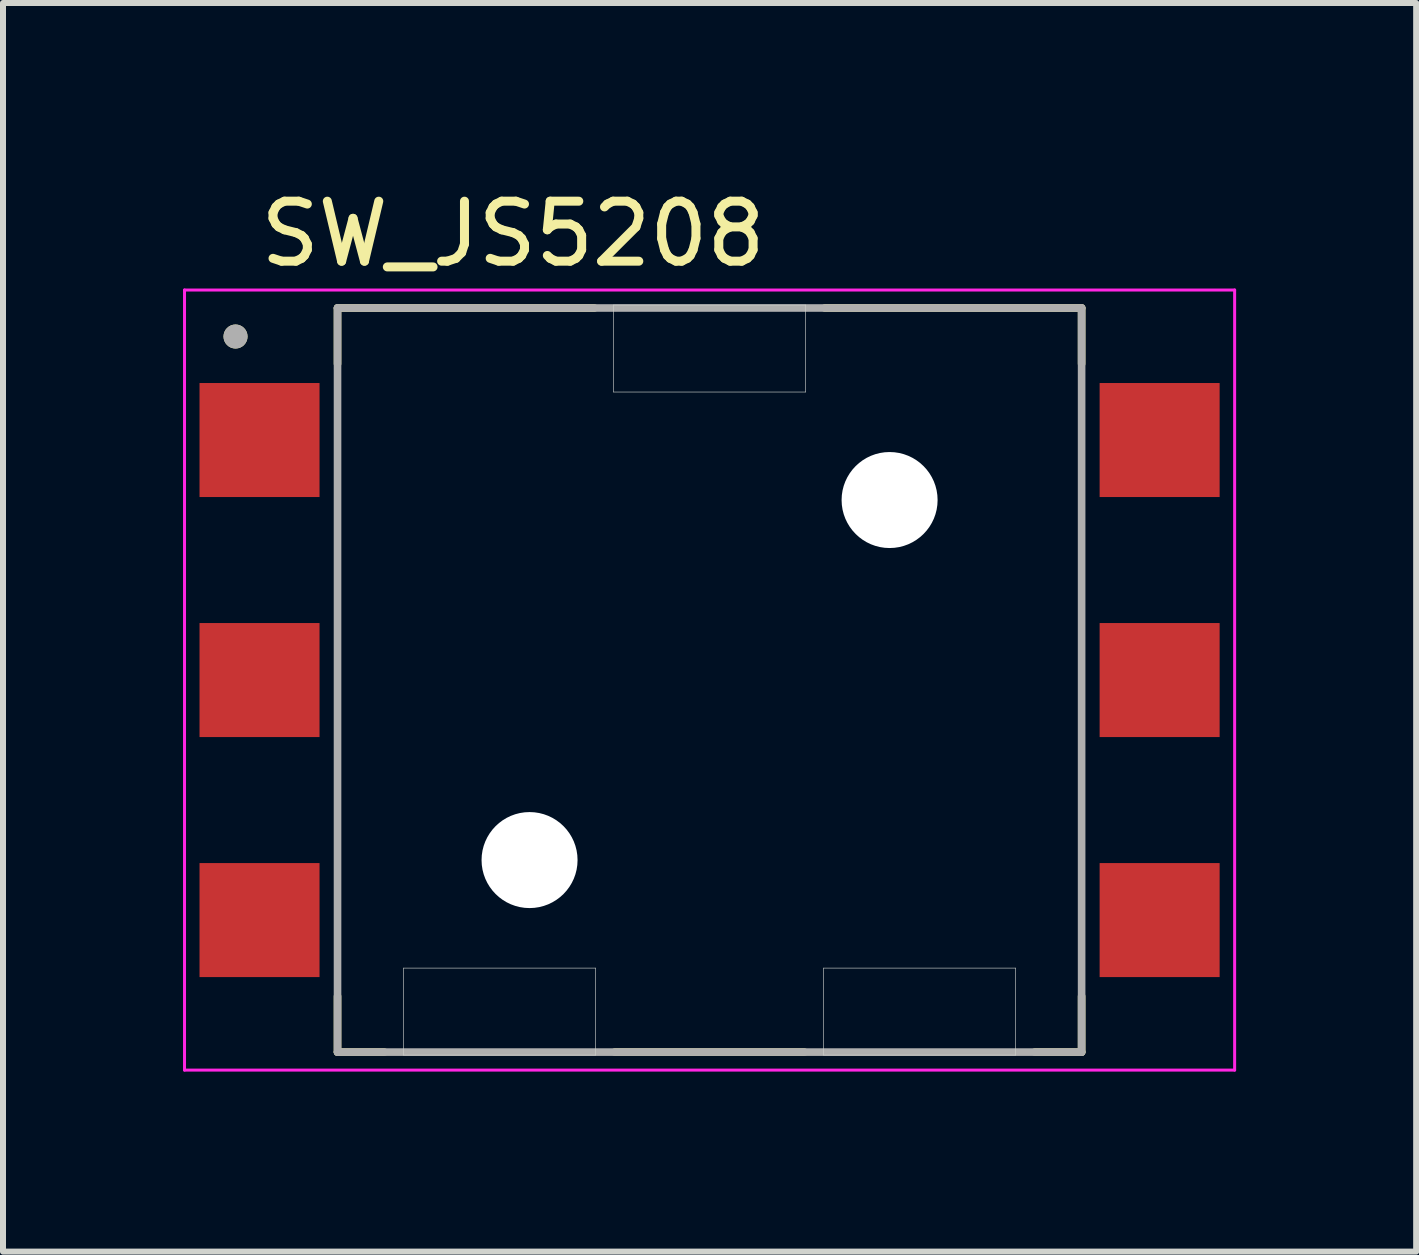
<source format=kicad_pcb>
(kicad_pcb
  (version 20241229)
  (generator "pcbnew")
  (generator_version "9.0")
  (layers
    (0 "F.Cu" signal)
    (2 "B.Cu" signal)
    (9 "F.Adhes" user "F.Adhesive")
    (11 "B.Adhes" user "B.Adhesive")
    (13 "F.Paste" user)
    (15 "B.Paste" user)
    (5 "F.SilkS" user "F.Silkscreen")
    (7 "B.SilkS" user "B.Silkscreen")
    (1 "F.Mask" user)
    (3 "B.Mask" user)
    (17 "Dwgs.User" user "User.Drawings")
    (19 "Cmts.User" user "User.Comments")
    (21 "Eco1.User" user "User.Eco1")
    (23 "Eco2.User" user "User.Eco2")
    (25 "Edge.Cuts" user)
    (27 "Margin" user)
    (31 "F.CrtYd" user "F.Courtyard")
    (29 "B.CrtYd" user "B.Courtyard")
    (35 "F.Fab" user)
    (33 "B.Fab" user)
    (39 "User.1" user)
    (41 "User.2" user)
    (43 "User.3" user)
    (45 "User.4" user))
  (footprint "SW_JS5208"
    (layer "F.Cu")
    (at 8.775 8.283)
    (property "Reference" "SW_JS5208" (at -3.275 -7.435 0) (layer "F.SilkS") (effects (font (size 1 1) (thickness 0.15))))
    (attr through_hole)
    (fp_line (start -6.2 -6.2) (end -1.92 -6.2) (stroke (width 0.127) (type solid)) (layer "F.SilkS"))
    (fp_line (start -6.2 -5.27) (end -6.2 -6.2) (stroke (width 0.127) (type solid)) (layer "F.SilkS"))
    (fp_line (start -6.2 5.27) (end -6.2 6.2) (stroke (width 0.127) (type solid)) (layer "F.SilkS"))
    (fp_line (start -6.2 6.2) (end -5.42 6.2) (stroke (width 0.127) (type solid)) (layer "F.SilkS"))
    (fp_line (start -1.58 6.2) (end 1.58 6.2) (stroke (width 0.127) (type solid)) (layer "F.SilkS"))
    (fp_line (start 1.92 -6.2) (end 6.2 -6.2) (stroke (width 0.127) (type solid)) (layer "F.SilkS"))
    (fp_line (start 5.42 6.2) (end 6.2 6.2) (stroke (width 0.127) (type solid)) (layer "F.SilkS"))
    (fp_line (start 6.2 -6.2) (end 6.2 -5.27) (stroke (width 0.127) (type solid)) (layer "F.SilkS"))
    (fp_line (start 6.2 6.2) (end 6.2 5.27) (stroke (width 0.127) (type solid)) (layer "F.SilkS"))
    (fp_circle (center -7.9 -5.725) (end -7.8 -5.725) (stroke (width 0.2) (type solid)) (fill no) (layer "F.SilkS"))
    (fp_line (start -5.1 4.8) (end -1.9 4.8) (stroke (width 0.01) (type solid)) (layer "Edge.Cuts"))
    (fp_line (start -5.1 6.25) (end -5.1 4.8) (stroke (width 0.01) (type solid)) (layer "Edge.Cuts"))
    (fp_line (start -1.9 4.8) (end -1.9 6.25) (stroke (width 0.01) (type solid)) (layer "Edge.Cuts"))
    (fp_line (start -1.9 6.25) (end -5.1 6.25) (stroke (width 0.01) (type solid)) (layer "Edge.Cuts"))
    (fp_line (start -1.6 -6.25) (end 1.6 -6.25) (stroke (width 0.01) (type solid)) (layer "Edge.Cuts"))
    (fp_line (start -1.6 -4.8) (end -1.6 -6.25) (stroke (width 0.01) (type solid)) (layer "Edge.Cuts"))
    (fp_line (start 1.6 -6.25) (end 1.6 -4.8) (stroke (width 0.01) (type solid)) (layer "Edge.Cuts"))
    (fp_line (start 1.6 -4.8) (end -1.6 -4.8) (stroke (width 0.01) (type solid)) (layer "Edge.Cuts"))
    (fp_line (start 1.9 4.8) (end 1.9 6.25) (stroke (width 0.01) (type solid)) (layer "Edge.Cuts"))
    (fp_line (start 1.9 6.25) (end 5.1 6.25) (stroke (width 0.01) (type solid)) (layer "Edge.Cuts"))
    (fp_line (start 5.1 4.8) (end 1.9 4.8) (stroke (width 0.01) (type solid)) (layer "Edge.Cuts"))
    (fp_line (start 5.1 6.25) (end 5.1 4.8) (stroke (width 0.01) (type solid)) (layer "Edge.Cuts"))
    (fp_line (start -8.75 -6.5) (end -8.75 6.5) (stroke (width 0.05) (type solid)) (layer "F.CrtYd"))
    (fp_line (start -8.75 6.5) (end 8.75 6.5) (stroke (width 0.05) (type solid)) (layer "F.CrtYd"))
    (fp_line (start 8.75 -6.5) (end -8.75 -6.5) (stroke (width 0.05) (type solid)) (layer "F.CrtYd"))
    (fp_line (start 8.75 6.5) (end 8.75 -6.5) (stroke (width 0.05) (type solid)) (layer "F.CrtYd"))
    (fp_line (start -6.2 -6.2) (end 6.2 -6.2) (stroke (width 0.127) (type solid)) (layer "F.Fab"))
    (fp_line (start -6.2 6.2) (end -6.2 -6.2) (stroke (width 0.127) (type solid)) (layer "F.Fab"))
    (fp_line (start 6.2 -6.2) (end 6.2 6.2) (stroke (width 0.127) (type solid)) (layer "F.Fab"))
    (fp_line (start 6.2 6.2) (end -6.2 6.2) (stroke (width 0.127) (type solid)) (layer "F.Fab"))
    (fp_circle (center -7.9 -5.725) (end -7.8 -5.725) (stroke (width 0.2) (type solid)) (fill no) (layer "F.Fab"))
    (pad "" np_thru_hole circle (at -3 3) (size 1.6 1.6) (drill 1.6) (layers "*.Cu" "*.Mask"))
    (pad "" np_thru_hole circle (at 3 -3) (size 1.6 1.6) (drill 1.6) (layers "*.Cu" "*.Mask"))
    (pad "1" smd rect (at -7.5 -4) (size 2 1.9) (layers "F.Cu" "F.Mask" "F.Paste"))
    (pad "2" smd rect (at -7.5 0) (size 2 1.9) (layers "F.Cu" "F.Mask" "F.Paste"))
    (pad "3" smd rect (at -7.5 4) (size 2 1.9) (layers "F.Cu" "F.Mask" "F.Paste"))
    (pad "4" smd rect (at 7.5 -4) (size 2 1.9) (layers "F.Cu" "F.Mask" "F.Paste"))
    (pad "5" smd rect (at 7.5 0) (size 2 1.9) (layers "F.Cu" "F.Mask" "F.Paste"))
    (pad "6" smd rect (at 7.5 4) (size 2 1.9) (layers "F.Cu" "F.Mask" "F.Paste")))
  (gr_rect
    (start -3 -3)
    (end 20.55 17.808)
    (stroke (width 0.1) (type default))
    (fill no)
    (layer "Edge.Cuts")))
</source>
